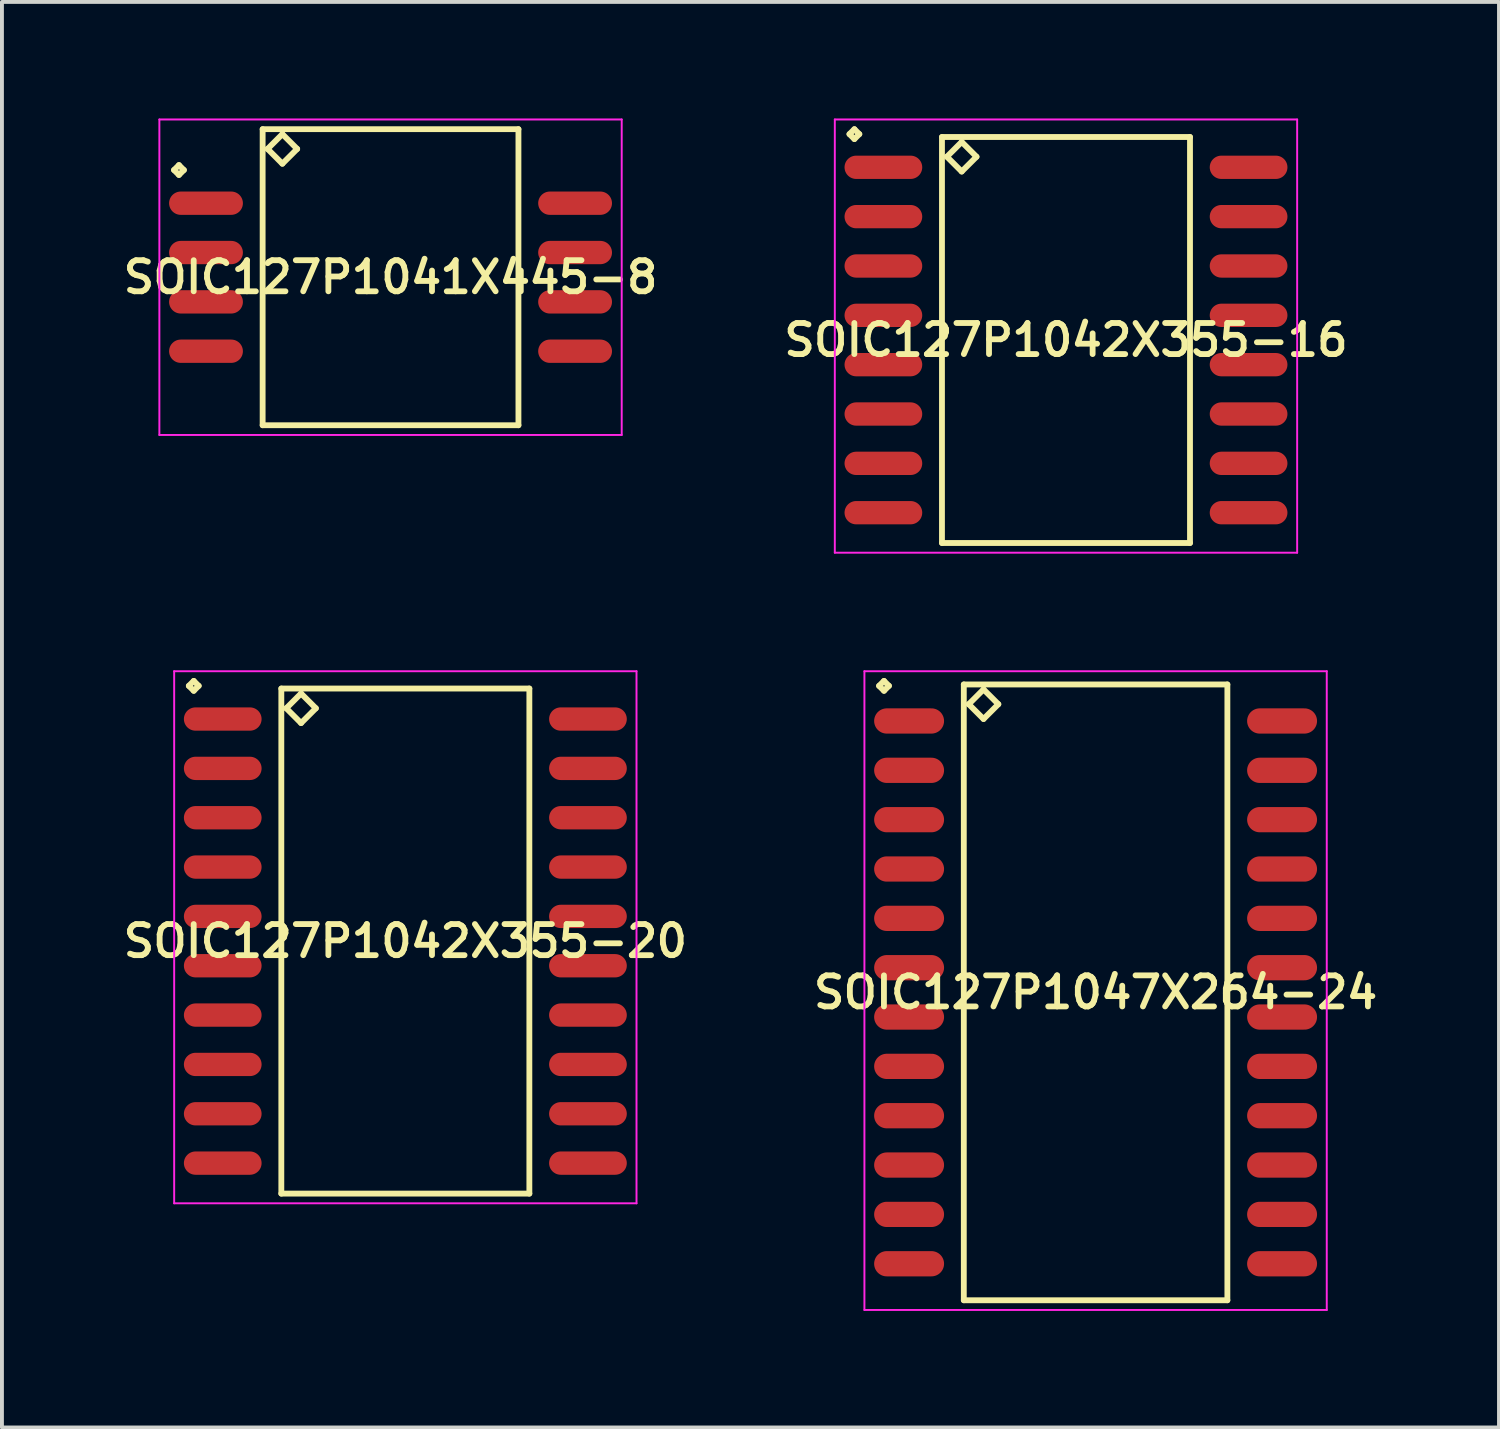
<source format=kicad_pcb>
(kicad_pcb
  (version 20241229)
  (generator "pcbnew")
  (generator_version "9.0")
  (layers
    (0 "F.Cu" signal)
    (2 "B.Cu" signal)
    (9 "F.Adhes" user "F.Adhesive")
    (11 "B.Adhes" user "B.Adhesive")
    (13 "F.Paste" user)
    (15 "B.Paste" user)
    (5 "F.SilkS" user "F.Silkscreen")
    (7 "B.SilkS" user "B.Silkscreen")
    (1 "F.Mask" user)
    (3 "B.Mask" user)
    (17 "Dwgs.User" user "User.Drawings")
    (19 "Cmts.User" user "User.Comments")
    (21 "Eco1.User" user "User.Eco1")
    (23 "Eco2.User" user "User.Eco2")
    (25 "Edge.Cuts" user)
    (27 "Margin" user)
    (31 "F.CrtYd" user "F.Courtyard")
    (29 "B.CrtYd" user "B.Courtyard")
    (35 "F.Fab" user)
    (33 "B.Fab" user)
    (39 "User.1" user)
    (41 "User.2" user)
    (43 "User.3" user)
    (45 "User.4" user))
  (footprint "SOIC127P1042X355-20"
    (layer "F.Cu")
    (at 7.383 21.172)
    (property "Reference" "SOIC127P1042X355-20" (at 0 0 0) (layer "F.SilkS") (effects (font (size 0.8 0.8) (thickness 0.15))))
    (attr smd)
    (fp_line (start -5.573 -6.569) (end -5.446 -6.696) (stroke (width 0.15) (type solid)) (layer "F.SilkS"))
    (fp_line (start -5.446 -6.696) (end -5.319 -6.569) (stroke (width 0.15) (type solid)) (layer "F.SilkS"))
    (fp_line (start -5.446 -6.442) (end -5.573 -6.569) (stroke (width 0.15) (type solid)) (layer "F.SilkS"))
    (fp_line (start -5.319 -6.569) (end -5.446 -6.442) (stroke (width 0.15) (type solid)) (layer "F.SilkS"))
    (fp_line (start -3.192 -6.5) (end -3.192 6.5) (stroke (width 0.15) (type solid)) (layer "F.SilkS"))
    (fp_line (start -3.192 6.5) (end 3.192 6.5) (stroke (width 0.15) (type solid)) (layer "F.SilkS"))
    (fp_line (start -3.065 -5.992) (end -2.684 -6.373) (stroke (width 0.15) (type solid)) (layer "F.SilkS"))
    (fp_line (start -2.684 -6.373) (end -2.303 -5.992) (stroke (width 0.15) (type solid)) (layer "F.SilkS"))
    (fp_line (start -2.684 -5.611) (end -3.065 -5.992) (stroke (width 0.15) (type solid)) (layer "F.SilkS"))
    (fp_line (start -2.303 -5.992) (end -2.684 -5.611) (stroke (width 0.15) (type solid)) (layer "F.SilkS"))
    (fp_line (start 3.192 -6.5) (end -3.192 -6.5) (stroke (width 0.15) (type solid)) (layer "F.SilkS"))
    (fp_line (start 3.192 6.5) (end 3.192 -6.5) (stroke (width 0.15) (type solid)) (layer "F.SilkS"))
    (fp_line (start -5.95 -6.946) (end 5.95 -6.946) (stroke (width 0.05) (type solid)) (layer "F.CrtYd"))
    (fp_line (start -5.95 6.75) (end -5.95 -6.946) (stroke (width 0.05) (type solid)) (layer "F.CrtYd"))
    (fp_line (start 5.95 -6.946) (end 5.95 6.75) (stroke (width 0.05) (type solid)) (layer "F.CrtYd"))
    (fp_line (start 5.95 6.75) (end -5.95 6.75) (stroke (width 0.05) (type solid)) (layer "F.CrtYd"))
    (pad "1" smd oval (at -4.7 -5.715) (size 2 0.6) (layers "F.Cu" "F.Mask" "F.Paste"))
    (pad "2" smd oval (at -4.7 -4.445) (size 2 0.6) (layers "F.Cu" "F.Mask" "F.Paste"))
    (pad "3" smd oval (at -4.7 -3.175) (size 2 0.6) (layers "F.Cu" "F.Mask" "F.Paste"))
    (pad "4" smd oval (at -4.7 -1.905) (size 2 0.6) (layers "F.Cu" "F.Mask" "F.Paste"))
    (pad "5" smd oval (at -4.7 -0.635) (size 2 0.6) (layers "F.Cu" "F.Mask" "F.Paste"))
    (pad "6" smd oval (at -4.7 0.635) (size 2 0.6) (layers "F.Cu" "F.Mask" "F.Paste"))
    (pad "7" smd oval (at -4.7 1.905) (size 2 0.6) (layers "F.Cu" "F.Mask" "F.Paste"))
    (pad "8" smd oval (at -4.7 3.175) (size 2 0.6) (layers "F.Cu" "F.Mask" "F.Paste"))
    (pad "9" smd oval (at -4.7 4.445) (size 2 0.6) (layers "F.Cu" "F.Mask" "F.Paste"))
    (pad "10" smd oval (at -4.7 5.715) (size 2 0.6) (layers "F.Cu" "F.Mask" "F.Paste"))
    (pad "11" smd oval (at 4.7 5.715) (size 2 0.6) (layers "F.Cu" "F.Mask" "F.Paste"))
    (pad "12" smd oval (at 4.7 4.445) (size 2 0.6) (layers "F.Cu" "F.Mask" "F.Paste"))
    (pad "13" smd oval (at 4.7 3.175) (size 2 0.6) (layers "F.Cu" "F.Mask" "F.Paste"))
    (pad "14" smd oval (at 4.7 1.905) (size 2 0.6) (layers "F.Cu" "F.Mask" "F.Paste"))
    (pad "15" smd oval (at 4.7 0.635) (size 2 0.6) (layers "F.Cu" "F.Mask" "F.Paste"))
    (pad "16" smd oval (at 4.7 -0.635) (size 2 0.6) (layers "F.Cu" "F.Mask" "F.Paste"))
    (pad "17" smd oval (at 4.7 -1.905) (size 2 0.6) (layers "F.Cu" "F.Mask" "F.Paste"))
    (pad "18" smd oval (at 4.7 -3.175) (size 2 0.6) (layers "F.Cu" "F.Mask" "F.Paste"))
    (pad "19" smd oval (at 4.7 -4.445) (size 2 0.6) (layers "F.Cu" "F.Mask" "F.Paste"))
    (pad "20" smd oval (at 4.7 -5.715) (size 2 0.6) (layers "F.Cu" "F.Mask" "F.Paste")))
  (footprint "SOIC127P1047X264-24"
    (layer "F.Cu")
    (at 25.149 22.492)
    (property "Reference" "SOIC127P1047X264-24" (at 0 0 0) (layer "F.SilkS") (effects (font (size 0.8 0.8) (thickness 0.15))))
    (attr smd)
    (fp_line (start -5.573 -7.889) (end -5.446 -8.016) (stroke (width 0.15) (type solid)) (layer "F.SilkS"))
    (fp_line (start -5.446 -8.016) (end -5.319 -7.889) (stroke (width 0.15) (type solid)) (layer "F.SilkS"))
    (fp_line (start -5.446 -7.762) (end -5.573 -7.889) (stroke (width 0.15) (type solid)) (layer "F.SilkS"))
    (fp_line (start -5.319 -7.889) (end -5.446 -7.762) (stroke (width 0.15) (type solid)) (layer "F.SilkS"))
    (fp_line (start -3.392 -7.925) (end -3.392 7.925) (stroke (width 0.15) (type solid)) (layer "F.SilkS"))
    (fp_line (start -3.392 7.925) (end 3.392 7.925) (stroke (width 0.15) (type solid)) (layer "F.SilkS"))
    (fp_line (start -3.265 -7.417) (end -2.884 -7.798) (stroke (width 0.15) (type solid)) (layer "F.SilkS"))
    (fp_line (start -2.884 -7.798) (end -2.503 -7.417) (stroke (width 0.15) (type solid)) (layer "F.SilkS"))
    (fp_line (start -2.884 -7.036) (end -3.265 -7.417) (stroke (width 0.15) (type solid)) (layer "F.SilkS"))
    (fp_line (start -2.503 -7.417) (end -2.884 -7.036) (stroke (width 0.15) (type solid)) (layer "F.SilkS"))
    (fp_line (start 3.392 -7.925) (end -3.392 -7.925) (stroke (width 0.15) (type solid)) (layer "F.SilkS"))
    (fp_line (start 3.392 7.925) (end 3.392 -7.925) (stroke (width 0.15) (type solid)) (layer "F.SilkS"))
    (fp_line (start -5.95 -8.266) (end 5.95 -8.266) (stroke (width 0.05) (type solid)) (layer "F.CrtYd"))
    (fp_line (start -5.95 8.175) (end -5.95 -8.266) (stroke (width 0.05) (type solid)) (layer "F.CrtYd"))
    (fp_line (start 5.95 -8.266) (end 5.95 8.175) (stroke (width 0.05) (type solid)) (layer "F.CrtYd"))
    (fp_line (start 5.95 8.175) (end -5.95 8.175) (stroke (width 0.05) (type solid)) (layer "F.CrtYd"))
    (pad "1" smd oval (at -4.8 -6.985) (size 1.8 0.65) (layers "F.Cu" "F.Mask" "F.Paste"))
    (pad "2" smd oval (at -4.8 -5.715) (size 1.8 0.65) (layers "F.Cu" "F.Mask" "F.Paste"))
    (pad "3" smd oval (at -4.8 -4.445) (size 1.8 0.65) (layers "F.Cu" "F.Mask" "F.Paste"))
    (pad "4" smd oval (at -4.8 -3.175) (size 1.8 0.65) (layers "F.Cu" "F.Mask" "F.Paste"))
    (pad "5" smd oval (at -4.8 -1.905) (size 1.8 0.65) (layers "F.Cu" "F.Mask" "F.Paste"))
    (pad "6" smd oval (at -4.8 -0.635) (size 1.8 0.65) (layers "F.Cu" "F.Mask" "F.Paste"))
    (pad "7" smd oval (at -4.8 0.635) (size 1.8 0.65) (layers "F.Cu" "F.Mask" "F.Paste"))
    (pad "8" smd oval (at -4.8 1.905) (size 1.8 0.65) (layers "F.Cu" "F.Mask" "F.Paste"))
    (pad "9" smd oval (at -4.8 3.175) (size 1.8 0.65) (layers "F.Cu" "F.Mask" "F.Paste"))
    (pad "10" smd oval (at -4.8 4.445) (size 1.8 0.65) (layers "F.Cu" "F.Mask" "F.Paste"))
    (pad "11" smd oval (at -4.8 5.715) (size 1.8 0.65) (layers "F.Cu" "F.Mask" "F.Paste"))
    (pad "12" smd oval (at -4.8 6.985) (size 1.8 0.65) (layers "F.Cu" "F.Mask" "F.Paste"))
    (pad "13" smd oval (at 4.8 6.985) (size 1.8 0.65) (layers "F.Cu" "F.Mask" "F.Paste"))
    (pad "14" smd oval (at 4.8 5.715) (size 1.8 0.65) (layers "F.Cu" "F.Mask" "F.Paste"))
    (pad "15" smd oval (at 4.8 4.445) (size 1.8 0.65) (layers "F.Cu" "F.Mask" "F.Paste"))
    (pad "16" smd oval (at 4.8 3.175) (size 1.8 0.65) (layers "F.Cu" "F.Mask" "F.Paste"))
    (pad "17" smd oval (at 4.8 1.905) (size 1.8 0.65) (layers "F.Cu" "F.Mask" "F.Paste"))
    (pad "18" smd oval (at 4.8 0.635) (size 1.8 0.65) (layers "F.Cu" "F.Mask" "F.Paste"))
    (pad "19" smd oval (at 4.8 -0.635) (size 1.8 0.65) (layers "F.Cu" "F.Mask" "F.Paste"))
    (pad "20" smd oval (at 4.8 -1.905) (size 1.8 0.65) (layers "F.Cu" "F.Mask" "F.Paste"))
    (pad "21" smd oval (at 4.8 -3.175) (size 1.8 0.65) (layers "F.Cu" "F.Mask" "F.Paste"))
    (pad "22" smd oval (at 4.8 -4.445) (size 1.8 0.65) (layers "F.Cu" "F.Mask" "F.Paste"))
    (pad "23" smd oval (at 4.8 -5.715) (size 1.8 0.65) (layers "F.Cu" "F.Mask" "F.Paste"))
    (pad "24" smd oval (at 4.8 -6.985) (size 1.8 0.65) (layers "F.Cu" "F.Mask" "F.Paste")))
  (footprint "SOIC127P1042X355-16"
    (layer "F.Cu")
    (at 24.387 5.701)
    (property "Reference" "SOIC127P1042X355-16" (at 0 0 0) (layer "F.SilkS") (effects (font (size 0.8 0.8) (thickness 0.15))))
    (attr smd)
    (fp_line (start -5.573 -5.299) (end -5.446 -5.426) (stroke (width 0.15) (type solid)) (layer "F.SilkS"))
    (fp_line (start -5.446 -5.426) (end -5.319 -5.299) (stroke (width 0.15) (type solid)) (layer "F.SilkS"))
    (fp_line (start -5.446 -5.172) (end -5.573 -5.299) (stroke (width 0.15) (type solid)) (layer "F.SilkS"))
    (fp_line (start -5.319 -5.299) (end -5.446 -5.172) (stroke (width 0.15) (type solid)) (layer "F.SilkS"))
    (fp_line (start -3.192 -5.225) (end -3.192 5.225) (stroke (width 0.15) (type solid)) (layer "F.SilkS"))
    (fp_line (start -3.192 5.225) (end 3.192 5.225) (stroke (width 0.15) (type solid)) (layer "F.SilkS"))
    (fp_line (start -3.065 -4.717) (end -2.684 -5.098) (stroke (width 0.15) (type solid)) (layer "F.SilkS"))
    (fp_line (start -2.684 -5.098) (end -2.303 -4.717) (stroke (width 0.15) (type solid)) (layer "F.SilkS"))
    (fp_line (start -2.684 -4.336) (end -3.065 -4.717) (stroke (width 0.15) (type solid)) (layer "F.SilkS"))
    (fp_line (start -2.303 -4.717) (end -2.684 -4.336) (stroke (width 0.15) (type solid)) (layer "F.SilkS"))
    (fp_line (start 3.192 -5.225) (end -3.192 -5.225) (stroke (width 0.15) (type solid)) (layer "F.SilkS"))
    (fp_line (start 3.192 5.225) (end 3.192 -5.225) (stroke (width 0.15) (type solid)) (layer "F.SilkS"))
    (fp_line (start -5.95 -5.676) (end 5.95 -5.676) (stroke (width 0.05) (type solid)) (layer "F.CrtYd"))
    (fp_line (start -5.95 5.475) (end -5.95 -5.676) (stroke (width 0.05) (type solid)) (layer "F.CrtYd"))
    (fp_line (start 5.95 -5.676) (end 5.95 5.475) (stroke (width 0.05) (type solid)) (layer "F.CrtYd"))
    (fp_line (start 5.95 5.475) (end -5.95 5.475) (stroke (width 0.05) (type solid)) (layer "F.CrtYd"))
    (pad "1" smd oval (at -4.7 -4.445) (size 2 0.6) (layers "F.Cu" "F.Mask" "F.Paste"))
    (pad "2" smd oval (at -4.7 -3.175) (size 2 0.6) (layers "F.Cu" "F.Mask" "F.Paste"))
    (pad "3" smd oval (at -4.7 -1.905) (size 2 0.6) (layers "F.Cu" "F.Mask" "F.Paste"))
    (pad "4" smd oval (at -4.7 -0.635) (size 2 0.6) (layers "F.Cu" "F.Mask" "F.Paste"))
    (pad "5" smd oval (at -4.7 0.635) (size 2 0.6) (layers "F.Cu" "F.Mask" "F.Paste"))
    (pad "6" smd oval (at -4.7 1.905) (size 2 0.6) (layers "F.Cu" "F.Mask" "F.Paste"))
    (pad "7" smd oval (at -4.7 3.175) (size 2 0.6) (layers "F.Cu" "F.Mask" "F.Paste"))
    (pad "8" smd oval (at -4.7 4.445) (size 2 0.6) (layers "F.Cu" "F.Mask" "F.Paste"))
    (pad "9" smd oval (at 4.7 4.445) (size 2 0.6) (layers "F.Cu" "F.Mask" "F.Paste"))
    (pad "10" smd oval (at 4.7 3.175) (size 2 0.6) (layers "F.Cu" "F.Mask" "F.Paste"))
    (pad "11" smd oval (at 4.7 1.905) (size 2 0.6) (layers "F.Cu" "F.Mask" "F.Paste"))
    (pad "12" smd oval (at 4.7 0.635) (size 2 0.6) (layers "F.Cu" "F.Mask" "F.Paste"))
    (pad "13" smd oval (at 4.7 -0.635) (size 2 0.6) (layers "F.Cu" "F.Mask" "F.Paste"))
    (pad "14" smd oval (at 4.7 -1.905) (size 2 0.6) (layers "F.Cu" "F.Mask" "F.Paste"))
    (pad "15" smd oval (at 4.7 -3.175) (size 2 0.6) (layers "F.Cu" "F.Mask" "F.Paste"))
    (pad "16" smd oval (at 4.7 -4.445) (size 2 0.6) (layers "F.Cu" "F.Mask" "F.Paste")))
  (footprint "SOIC127P1041X445-8"
    (layer "F.Cu")
    (at 7.002 4.085)
    (property "Reference" "SOIC127P1041X445-8" (at 0 0 0) (layer "F.SilkS") (effects (font (size 0.8 0.8) (thickness 0.15))))
    (attr smd)
    (fp_line (start -5.573 -2.759) (end -5.446 -2.886) (stroke (width 0.15) (type solid)) (layer "F.SilkS"))
    (fp_line (start -5.446 -2.886) (end -5.319 -2.759) (stroke (width 0.15) (type solid)) (layer "F.SilkS"))
    (fp_line (start -5.446 -2.632) (end -5.573 -2.759) (stroke (width 0.15) (type solid)) (layer "F.SilkS"))
    (fp_line (start -5.319 -2.759) (end -5.446 -2.632) (stroke (width 0.15) (type solid)) (layer "F.SilkS"))
    (fp_line (start -3.292 -3.81) (end -3.292 3.81) (stroke (width 0.15) (type solid)) (layer "F.SilkS"))
    (fp_line (start -3.292 3.81) (end 3.292 3.81) (stroke (width 0.15) (type solid)) (layer "F.SilkS"))
    (fp_line (start -3.165 -3.302) (end -2.784 -3.683) (stroke (width 0.15) (type solid)) (layer "F.SilkS"))
    (fp_line (start -2.784 -3.683) (end -2.403 -3.302) (stroke (width 0.15) (type solid)) (layer "F.SilkS"))
    (fp_line (start -2.784 -2.921) (end -3.165 -3.302) (stroke (width 0.15) (type solid)) (layer "F.SilkS"))
    (fp_line (start -2.403 -3.302) (end -2.784 -2.921) (stroke (width 0.15) (type solid)) (layer "F.SilkS"))
    (fp_line (start 3.292 -3.81) (end -3.292 -3.81) (stroke (width 0.15) (type solid)) (layer "F.SilkS"))
    (fp_line (start 3.292 3.81) (end 3.292 -3.81) (stroke (width 0.15) (type solid)) (layer "F.SilkS"))
    (fp_line (start -5.95 -4.06) (end 5.95 -4.06) (stroke (width 0.05) (type solid)) (layer "F.CrtYd"))
    (fp_line (start -5.95 4.06) (end -5.95 -4.06) (stroke (width 0.05) (type solid)) (layer "F.CrtYd"))
    (fp_line (start 5.95 -4.06) (end 5.95 4.06) (stroke (width 0.05) (type solid)) (layer "F.CrtYd"))
    (fp_line (start 5.95 4.06) (end -5.95 4.06) (stroke (width 0.05) (type solid)) (layer "F.CrtYd"))
    (pad "1" smd oval (at -4.75 -1.905) (size 1.9 0.6) (layers "F.Cu" "F.Mask" "F.Paste"))
    (pad "2" smd oval (at -4.75 -0.635) (size 1.9 0.6) (layers "F.Cu" "F.Mask" "F.Paste"))
    (pad "3" smd oval (at -4.75 0.635) (size 1.9 0.6) (layers "F.Cu" "F.Mask" "F.Paste"))
    (pad "4" smd oval (at -4.75 1.905) (size 1.9 0.6) (layers "F.Cu" "F.Mask" "F.Paste"))
    (pad "5" smd oval (at 4.75 1.905) (size 1.9 0.6) (layers "F.Cu" "F.Mask" "F.Paste"))
    (pad "6" smd oval (at 4.75 0.635) (size 1.9 0.6) (layers "F.Cu" "F.Mask" "F.Paste"))
    (pad "7" smd oval (at 4.75 -0.635) (size 1.9 0.6) (layers "F.Cu" "F.Mask" "F.Paste"))
    (pad "8" smd oval (at 4.75 -1.905) (size 1.9 0.6) (layers "F.Cu" "F.Mask" "F.Paste")))
  (gr_rect
    (start -3 -3)
    (end 35.532 33.692)
    (stroke (width 0.1) (type default))
    (fill no)
    (layer "Edge.Cuts")))
</source>
